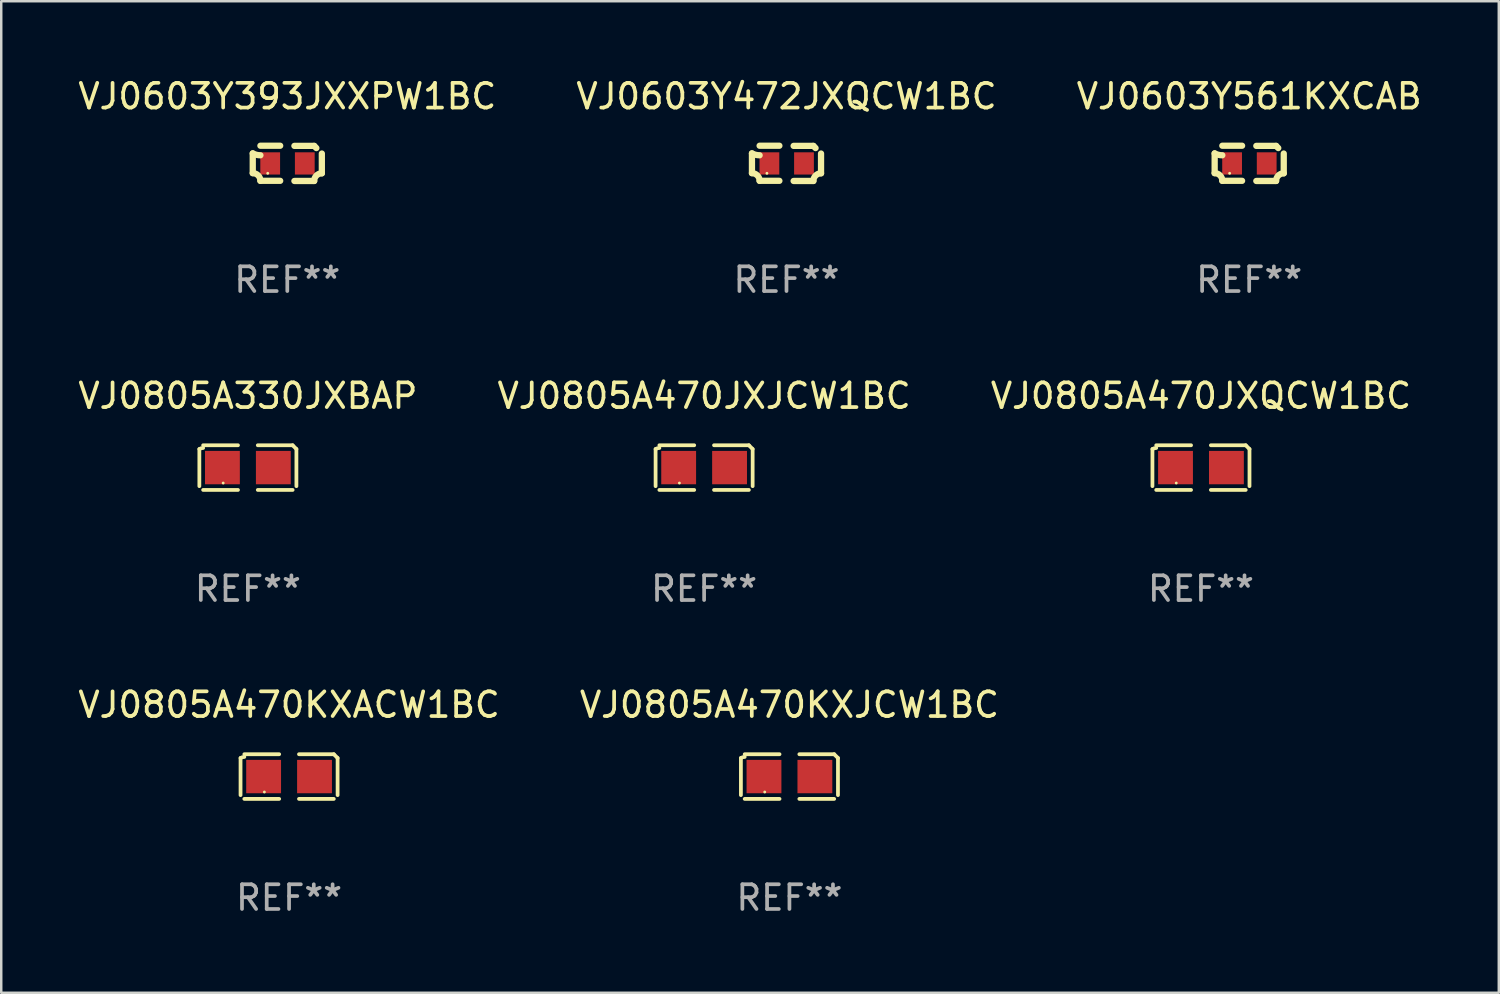
<source format=kicad_pcb>
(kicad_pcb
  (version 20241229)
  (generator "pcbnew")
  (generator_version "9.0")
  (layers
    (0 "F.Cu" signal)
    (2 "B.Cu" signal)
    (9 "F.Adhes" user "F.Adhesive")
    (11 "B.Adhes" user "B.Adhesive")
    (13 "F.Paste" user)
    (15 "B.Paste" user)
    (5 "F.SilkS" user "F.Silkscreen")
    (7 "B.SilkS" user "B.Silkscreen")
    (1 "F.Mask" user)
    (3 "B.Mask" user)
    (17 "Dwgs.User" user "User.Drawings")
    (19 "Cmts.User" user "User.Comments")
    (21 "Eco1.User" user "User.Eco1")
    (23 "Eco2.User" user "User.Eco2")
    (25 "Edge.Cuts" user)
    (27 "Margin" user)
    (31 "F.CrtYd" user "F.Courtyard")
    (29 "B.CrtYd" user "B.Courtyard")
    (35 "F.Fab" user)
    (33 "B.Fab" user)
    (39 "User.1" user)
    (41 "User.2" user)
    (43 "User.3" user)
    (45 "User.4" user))
  (footprint "VJ0603Y472JXQCW1BC"
    (layer "F.Cu")
    (at 28.78 3.561)
    (property "Reference" "VJ0603Y472JXQCW1BC" (at 0 -2.713 0) (layer "F.SilkS") (effects (font (size 1 1) (thickness 0.15))))
    (attr through_hole)
    (fp_line (start -1.398 -0.403) (end -1.398 0.397) (stroke (width 0.254) (type solid)) (layer "F.SilkS"))
    (fp_line (start -0.288 -0.713) (end -1.088 -0.713) (stroke (width 0.254) (type solid)) (layer "F.SilkS"))
    (fp_line (start -0.288 0.707) (end -1.088 0.707) (stroke (width 0.254) (type solid)) (layer "F.SilkS"))
    (fp_line (start 0.288 -0.707) (end 1.088 -0.707) (stroke (width 0.254) (type solid)) (layer "F.SilkS"))
    (fp_line (start 0.288 0.713) (end 1.088 0.713) (stroke (width 0.254) (type solid)) (layer "F.SilkS"))
    (fp_line (start 1.398 -0.397) (end 1.398 0.403) (stroke (width 0.254) (type solid)) (layer "F.SilkS"))
    (fp_arc (start -1.397789 0.397066) (mid -1.178701 0.487826) (end -1.08796 0.706922) (stroke (width 0.254001) (type solid)) (layer "F.SilkS"))
    (fp_arc (start -1.08796 -0.327176) (mid -1.247436 -0.346384) (end -1.39779 -0.402908) (stroke (width 0.254001) (type solid)) (layer "F.SilkS"))
    (fp_arc (start 1.087909 0.712738) (mid 1.178656 0.493655) (end 1.397739 0.402908) (stroke (width 0.254001) (type solid)) (layer "F.SilkS"))
    (fp_arc (start 1.175925 -0.618926) (mid 1.131917 -0.662923) (end 1.08791 -0.706922) (stroke (width 0.254001) (type solid)) (layer "F.SilkS"))
    (fp_circle (center -0.792 0.403) (end -0.762 0.403) (stroke (width 0.06) (type solid)) (fill no) (layer "F.SilkS"))
    (fp_text user "REF**" (at 0 4.713 0) (layer "F.Fab") (effects (font (size 1 1) (thickness 0.15))))
    (pad "1" smd rect (at -0.692 0.003) (size 0.8 0.9) (layers "F.Cu" "F.Mask" "F.Paste"))
    (pad "2" smd rect (at 0.708 0.003) (size 0.8 0.9) (layers "F.Cu" "F.Mask" "F.Paste")))
  (footprint "VJ0805A330JXBAP"
    (layer "F.Cu")
    (at 6.982 15.874)
    (property "Reference" "VJ0805A330JXBAP" (at 0 -2.904 0) (layer "F.SilkS") (effects (font (size 1 1) (thickness 0.15))))
    (attr through_hole)
    (fp_line (start -1.964 0.751) (end -1.964 -0.751) (stroke (width 0.152) (type solid)) (layer "F.SilkS"))
    (fp_line (start -1.811 -0.904) (end -0.401 -0.904) (stroke (width 0.152) (type solid)) (layer "F.SilkS"))
    (fp_line (start -0.401 0.904) (end -1.811 0.904) (stroke (width 0.152) (type solid)) (layer "F.SilkS"))
    (fp_line (start 0.401 0.904) (end 1.811 0.904) (stroke (width 0.152) (type solid)) (layer "F.SilkS"))
    (fp_line (start 1.811 -0.904) (end 0.401 -0.904) (stroke (width 0.152) (type solid)) (layer "F.SilkS"))
    (fp_line (start 1.964 0.751) (end 1.964 -0.751) (stroke (width 0.152) (type solid)) (layer "F.SilkS"))
    (fp_arc (start -1.963602 -0.751207) (mid -1.890354 -0.783131) (end -1.811201 -0.794044) (stroke (width 0.1524) (type solid)) (layer "F.SilkS"))
    (fp_arc (start 1.811202 -0.903607) (mid 1.887413 -0.827418) (end 1.963602 -0.751207) (stroke (width 0.1524) (type solid)) (layer "F.SilkS"))
    (fp_circle (center -1 0.625) (end -0.97 0.625) (stroke (width 0.06) (type solid)) (fill no) (layer "F.SilkS"))
    (fp_text user "REF**" (at 0 4.904 0) (layer "F.Fab") (effects (font (size 1 1) (thickness 0.15))))
    (pad "1" smd rect (at -1.03 0) (size 1.41 1.35) (layers "F.Cu" "F.Mask" "F.Paste"))
    (pad "2" smd rect (at 1.03 0) (size 1.41 1.35) (layers "F.Cu" "F.Mask" "F.Paste")))
  (footprint "VJ0805A470KXACW1BC"
    (layer "F.Cu")
    (at 8.649 28.378)
    (property "Reference" "VJ0805A470KXACW1BC" (at 0 -2.904 0) (layer "F.SilkS") (effects (font (size 1 1) (thickness 0.15))))
    (attr through_hole)
    (fp_line (start -1.964 0.751) (end -1.964 -0.751) (stroke (width 0.152) (type solid)) (layer "F.SilkS"))
    (fp_line (start -1.811 -0.904) (end -0.401 -0.904) (stroke (width 0.152) (type solid)) (layer "F.SilkS"))
    (fp_line (start -0.401 0.904) (end -1.811 0.904) (stroke (width 0.152) (type solid)) (layer "F.SilkS"))
    (fp_line (start 0.401 0.904) (end 1.811 0.904) (stroke (width 0.152) (type solid)) (layer "F.SilkS"))
    (fp_line (start 1.811 -0.904) (end 0.401 -0.904) (stroke (width 0.152) (type solid)) (layer "F.SilkS"))
    (fp_line (start 1.964 0.751) (end 1.964 -0.751) (stroke (width 0.152) (type solid)) (layer "F.SilkS"))
    (fp_arc (start -1.963602 -0.751207) (mid -1.890354 -0.783131) (end -1.811201 -0.794044) (stroke (width 0.1524) (type solid)) (layer "F.SilkS"))
    (fp_arc (start 1.811202 -0.903607) (mid 1.887413 -0.827418) (end 1.963602 -0.751207) (stroke (width 0.1524) (type solid)) (layer "F.SilkS"))
    (fp_circle (center -1 0.625) (end -0.97 0.625) (stroke (width 0.06) (type solid)) (fill no) (layer "F.SilkS"))
    (fp_text user "REF**" (at 0 4.904 0) (layer "F.Fab") (effects (font (size 1 1) (thickness 0.15))))
    (pad "1" smd rect (at -1.03 0) (size 1.41 1.35) (layers "F.Cu" "F.Mask" "F.Paste"))
    (pad "2" smd rect (at 1.03 0) (size 1.41 1.35) (layers "F.Cu" "F.Mask" "F.Paste")))
  (footprint "VJ0805A470JXJCW1BC"
    (layer "F.Cu")
    (at 25.446 15.874)
    (property "Reference" "VJ0805A470JXJCW1BC" (at 0 -2.904 0) (layer "F.SilkS") (effects (font (size 1 1) (thickness 0.15))))
    (attr through_hole)
    (fp_line (start -1.964 0.751) (end -1.964 -0.751) (stroke (width 0.152) (type solid)) (layer "F.SilkS"))
    (fp_line (start -1.811 -0.904) (end -0.401 -0.904) (stroke (width 0.152) (type solid)) (layer "F.SilkS"))
    (fp_line (start -0.401 0.904) (end -1.811 0.904) (stroke (width 0.152) (type solid)) (layer "F.SilkS"))
    (fp_line (start 0.401 0.904) (end 1.811 0.904) (stroke (width 0.152) (type solid)) (layer "F.SilkS"))
    (fp_line (start 1.811 -0.904) (end 0.401 -0.904) (stroke (width 0.152) (type solid)) (layer "F.SilkS"))
    (fp_line (start 1.964 0.751) (end 1.964 -0.751) (stroke (width 0.152) (type solid)) (layer "F.SilkS"))
    (fp_arc (start -1.963602 -0.751207) (mid -1.890354 -0.783131) (end -1.811201 -0.794044) (stroke (width 0.1524) (type solid)) (layer "F.SilkS"))
    (fp_arc (start 1.811202 -0.903607) (mid 1.887413 -0.827418) (end 1.963602 -0.751207) (stroke (width 0.1524) (type solid)) (layer "F.SilkS"))
    (fp_circle (center -1 0.625) (end -0.97 0.625) (stroke (width 0.06) (type solid)) (fill no) (layer "F.SilkS"))
    (fp_text user "REF**" (at 0 4.904 0) (layer "F.Fab") (effects (font (size 1 1) (thickness 0.15))))
    (pad "1" smd rect (at -1.03 0) (size 1.41 1.35) (layers "F.Cu" "F.Mask" "F.Paste"))
    (pad "2" smd rect (at 1.03 0) (size 1.41 1.35) (layers "F.Cu" "F.Mask" "F.Paste")))
  (footprint "VJ0603Y561KXCAB"
    (layer "F.Cu")
    (at 47.506 3.561)
    (property "Reference" "VJ0603Y561KXCAB" (at 0 -2.713 0) (layer "F.SilkS") (effects (font (size 1 1) (thickness 0.15))))
    (attr through_hole)
    (fp_line (start -1.398 -0.403) (end -1.398 0.397) (stroke (width 0.254) (type solid)) (layer "F.SilkS"))
    (fp_line (start -0.288 -0.713) (end -1.088 -0.713) (stroke (width 0.254) (type solid)) (layer "F.SilkS"))
    (fp_line (start -0.288 0.707) (end -1.088 0.707) (stroke (width 0.254) (type solid)) (layer "F.SilkS"))
    (fp_line (start 0.288 -0.707) (end 1.088 -0.707) (stroke (width 0.254) (type solid)) (layer "F.SilkS"))
    (fp_line (start 0.288 0.713) (end 1.088 0.713) (stroke (width 0.254) (type solid)) (layer "F.SilkS"))
    (fp_line (start 1.398 -0.397) (end 1.398 0.403) (stroke (width 0.254) (type solid)) (layer "F.SilkS"))
    (fp_arc (start -1.397789 0.397066) (mid -1.178701 0.487826) (end -1.08796 0.706922) (stroke (width 0.254001) (type solid)) (layer "F.SilkS"))
    (fp_arc (start -1.08796 -0.327176) (mid -1.247436 -0.346384) (end -1.39779 -0.402908) (stroke (width 0.254001) (type solid)) (layer "F.SilkS"))
    (fp_arc (start 1.087909 0.712738) (mid 1.178656 0.493655) (end 1.397739 0.402908) (stroke (width 0.254001) (type solid)) (layer "F.SilkS"))
    (fp_arc (start 1.175925 -0.618926) (mid 1.131917 -0.662923) (end 1.08791 -0.706922) (stroke (width 0.254001) (type solid)) (layer "F.SilkS"))
    (fp_circle (center -0.792 0.403) (end -0.762 0.403) (stroke (width 0.06) (type solid)) (fill no) (layer "F.SilkS"))
    (fp_text user "REF**" (at 0 4.713 0) (layer "F.Fab") (effects (font (size 1 1) (thickness 0.15))))
    (pad "1" smd rect (at -0.692 0.003) (size 0.8 0.9) (layers "F.Cu" "F.Mask" "F.Paste"))
    (pad "2" smd rect (at 0.708 0.003) (size 0.8 0.9) (layers "F.Cu" "F.Mask" "F.Paste")))
  (footprint "VJ0603Y393JXXPW1BC"
    (layer "F.Cu")
    (at 8.577 3.561)
    (property "Reference" "VJ0603Y393JXXPW1BC" (at 0 -2.713 0) (layer "F.SilkS") (effects (font (size 1 1) (thickness 0.15))))
    (attr through_hole)
    (fp_line (start -1.398 -0.403) (end -1.398 0.397) (stroke (width 0.254) (type solid)) (layer "F.SilkS"))
    (fp_line (start -0.288 -0.713) (end -1.088 -0.713) (stroke (width 0.254) (type solid)) (layer "F.SilkS"))
    (fp_line (start -0.288 0.707) (end -1.088 0.707) (stroke (width 0.254) (type solid)) (layer "F.SilkS"))
    (fp_line (start 0.288 -0.707) (end 1.088 -0.707) (stroke (width 0.254) (type solid)) (layer "F.SilkS"))
    (fp_line (start 0.288 0.713) (end 1.088 0.713) (stroke (width 0.254) (type solid)) (layer "F.SilkS"))
    (fp_line (start 1.398 -0.397) (end 1.398 0.403) (stroke (width 0.254) (type solid)) (layer "F.SilkS"))
    (fp_arc (start -1.397789 0.397066) (mid -1.178701 0.487826) (end -1.08796 0.706922) (stroke (width 0.254001) (type solid)) (layer "F.SilkS"))
    (fp_arc (start -1.08796 -0.327176) (mid -1.247436 -0.346384) (end -1.39779 -0.402908) (stroke (width 0.254001) (type solid)) (layer "F.SilkS"))
    (fp_arc (start 1.087909 0.712738) (mid 1.178656 0.493655) (end 1.397739 0.402908) (stroke (width 0.254001) (type solid)) (layer "F.SilkS"))
    (fp_arc (start 1.175925 -0.618926) (mid 1.131917 -0.662923) (end 1.08791 -0.706922) (stroke (width 0.254001) (type solid)) (layer "F.SilkS"))
    (fp_circle (center -0.792 0.403) (end -0.762 0.403) (stroke (width 0.06) (type solid)) (fill no) (layer "F.SilkS"))
    (fp_text user "REF**" (at 0 4.713 0) (layer "F.Fab") (effects (font (size 1 1) (thickness 0.15))))
    (pad "1" smd rect (at -0.692 0.003) (size 0.8 0.9) (layers "F.Cu" "F.Mask" "F.Paste"))
    (pad "2" smd rect (at 0.708 0.003) (size 0.8 0.9) (layers "F.Cu" "F.Mask" "F.Paste")))
  (footprint "VJ0805A470JXQCW1BC"
    (layer "F.Cu")
    (at 45.554 15.874)
    (property "Reference" "VJ0805A470JXQCW1BC" (at 0 -2.904 0) (layer "F.SilkS") (effects (font (size 1 1) (thickness 0.15))))
    (attr through_hole)
    (fp_line (start -1.964 0.751) (end -1.964 -0.751) (stroke (width 0.152) (type solid)) (layer "F.SilkS"))
    (fp_line (start -1.811 -0.904) (end -0.401 -0.904) (stroke (width 0.152) (type solid)) (layer "F.SilkS"))
    (fp_line (start -0.401 0.904) (end -1.811 0.904) (stroke (width 0.152) (type solid)) (layer "F.SilkS"))
    (fp_line (start 0.401 0.904) (end 1.811 0.904) (stroke (width 0.152) (type solid)) (layer "F.SilkS"))
    (fp_line (start 1.811 -0.904) (end 0.401 -0.904) (stroke (width 0.152) (type solid)) (layer "F.SilkS"))
    (fp_line (start 1.964 0.751) (end 1.964 -0.751) (stroke (width 0.152) (type solid)) (layer "F.SilkS"))
    (fp_arc (start -1.963602 -0.751207) (mid -1.890354 -0.783131) (end -1.811201 -0.794044) (stroke (width 0.1524) (type solid)) (layer "F.SilkS"))
    (fp_arc (start 1.811202 -0.903607) (mid 1.887413 -0.827418) (end 1.963602 -0.751207) (stroke (width 0.1524) (type solid)) (layer "F.SilkS"))
    (fp_circle (center -1 0.625) (end -0.97 0.625) (stroke (width 0.06) (type solid)) (fill no) (layer "F.SilkS"))
    (fp_text user "REF**" (at 0 4.904 0) (layer "F.Fab") (effects (font (size 1 1) (thickness 0.15))))
    (pad "1" smd rect (at -1.03 0) (size 1.41 1.35) (layers "F.Cu" "F.Mask" "F.Paste"))
    (pad "2" smd rect (at 1.03 0) (size 1.41 1.35) (layers "F.Cu" "F.Mask" "F.Paste")))
  (footprint "VJ0805A470KXJCW1BC"
    (layer "F.Cu")
    (at 28.899 28.378)
    (property "Reference" "VJ0805A470KXJCW1BC" (at 0 -2.904 0) (layer "F.SilkS") (effects (font (size 1 1) (thickness 0.15))))
    (attr through_hole)
    (fp_line (start -1.964 0.751) (end -1.964 -0.751) (stroke (width 0.152) (type solid)) (layer "F.SilkS"))
    (fp_line (start -1.811 -0.904) (end -0.401 -0.904) (stroke (width 0.152) (type solid)) (layer "F.SilkS"))
    (fp_line (start -0.401 0.904) (end -1.811 0.904) (stroke (width 0.152) (type solid)) (layer "F.SilkS"))
    (fp_line (start 0.401 0.904) (end 1.811 0.904) (stroke (width 0.152) (type solid)) (layer "F.SilkS"))
    (fp_line (start 1.811 -0.904) (end 0.401 -0.904) (stroke (width 0.152) (type solid)) (layer "F.SilkS"))
    (fp_line (start 1.964 0.751) (end 1.964 -0.751) (stroke (width 0.152) (type solid)) (layer "F.SilkS"))
    (fp_arc (start -1.963602 -0.751207) (mid -1.890354 -0.783131) (end -1.811201 -0.794044) (stroke (width 0.1524) (type solid)) (layer "F.SilkS"))
    (fp_arc (start 1.811202 -0.903607) (mid 1.887413 -0.827418) (end 1.963602 -0.751207) (stroke (width 0.1524) (type solid)) (layer "F.SilkS"))
    (fp_circle (center -1 0.625) (end -0.97 0.625) (stroke (width 0.06) (type solid)) (fill no) (layer "F.SilkS"))
    (fp_text user "REF**" (at 0 4.904 0) (layer "F.Fab") (effects (font (size 1 1) (thickness 0.15))))
    (pad "1" smd rect (at -1.03 0) (size 1.41 1.35) (layers "F.Cu" "F.Mask" "F.Paste"))
    (pad "2" smd rect (at 1.03 0) (size 1.41 1.35) (layers "F.Cu" "F.Mask" "F.Paste")))
  (gr_rect
    (start -3 -3)
    (end 57.607 37.129)
    (stroke (width 0.1) (type default))
    (fill no)
    (layer "Edge.Cuts")))
</source>
